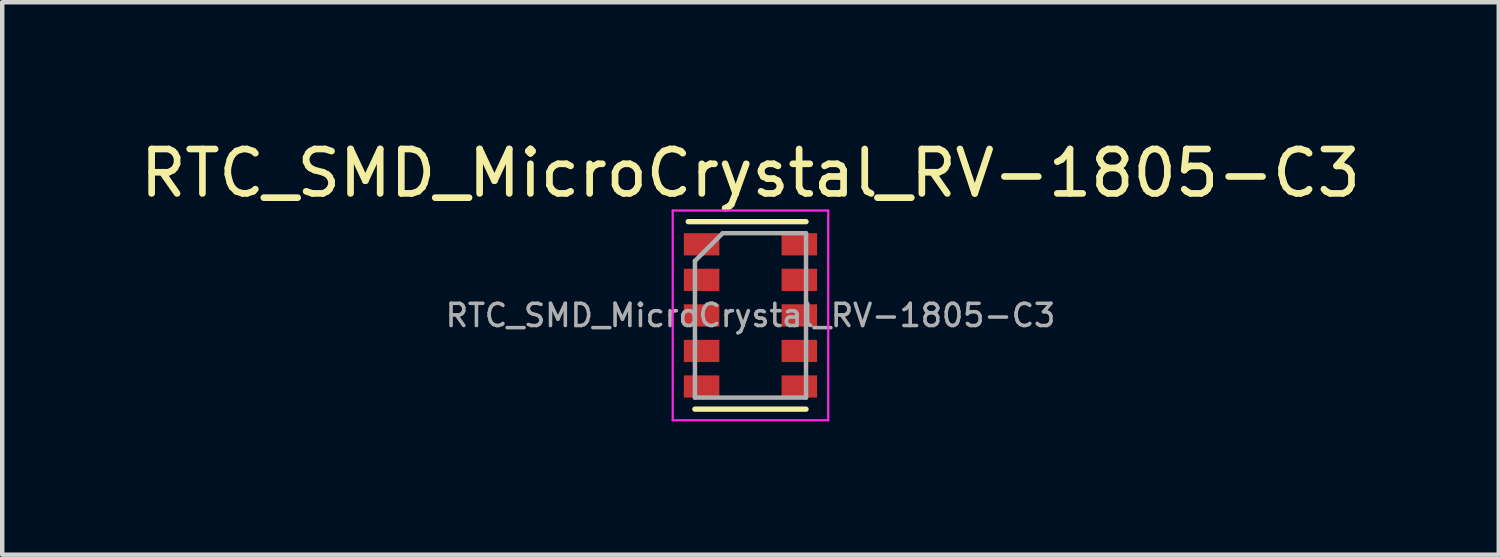
<source format=kicad_pcb>
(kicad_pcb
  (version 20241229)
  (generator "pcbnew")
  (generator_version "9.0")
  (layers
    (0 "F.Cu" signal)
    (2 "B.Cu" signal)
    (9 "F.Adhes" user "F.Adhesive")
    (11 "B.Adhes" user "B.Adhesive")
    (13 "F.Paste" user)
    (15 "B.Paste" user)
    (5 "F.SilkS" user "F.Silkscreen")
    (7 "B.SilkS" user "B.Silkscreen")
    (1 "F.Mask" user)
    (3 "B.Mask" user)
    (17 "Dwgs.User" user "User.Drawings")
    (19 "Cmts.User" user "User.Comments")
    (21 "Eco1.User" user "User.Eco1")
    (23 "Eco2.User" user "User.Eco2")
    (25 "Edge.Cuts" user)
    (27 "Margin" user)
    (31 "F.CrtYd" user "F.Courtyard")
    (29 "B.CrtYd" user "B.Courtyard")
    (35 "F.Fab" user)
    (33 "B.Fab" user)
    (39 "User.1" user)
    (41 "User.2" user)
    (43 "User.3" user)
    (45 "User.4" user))
  (footprint "RTC_SMD_MicroCrystal_RV-1805-C3"
    (layer "F.Cu")
    (at 13.839 4.048)
    (property "Reference" "RTC_SMD_MicroCrystal_RV-1805-C3" (at 0 -3.2 0) (layer "F.SilkS") (effects (font (size 1 1) (thickness 0.15))))
    (attr smd)
    (fp_line (start -1.4 -2.11) (end 1.25 -2.11) (stroke (width 0.12) (type solid)) (layer "F.SilkS"))
    (fp_line (start -1.25 2.11) (end 1.25 2.11) (stroke (width 0.12) (type solid)) (layer "F.SilkS"))
    (fp_line (start -1.75 -2.36) (end -1.75 2.36) (stroke (width 0.05) (type solid)) (layer "F.CrtYd"))
    (fp_line (start -1.75 -2.36) (end 1.75 -2.36) (stroke (width 0.05) (type solid)) (layer "F.CrtYd"))
    (fp_line (start -1.75 2.36) (end 1.75 2.36) (stroke (width 0.05) (type solid)) (layer "F.CrtYd"))
    (fp_line (start 1.75 -2.36) (end 1.75 2.36) (stroke (width 0.05) (type solid)) (layer "F.CrtYd"))
    (fp_line (start -1.25 -1.225) (end -1.25 1.85) (stroke (width 0.1) (type solid)) (layer "F.Fab"))
    (fp_line (start -1.25 1.85) (end 1.25 1.85) (stroke (width 0.1) (type solid)) (layer "F.Fab"))
    (fp_line (start -0.625 -1.85) (end -1.25 -1.225) (stroke (width 0.1) (type solid)) (layer "F.Fab"))
    (fp_line (start -0.625 -1.85) (end 1.25 -1.85) (stroke (width 0.1) (type solid)) (layer "F.Fab"))
    (fp_line (start 1.25 -1.85) (end 1.25 1.85) (stroke (width 0.1) (type solid)) (layer "F.Fab"))
    (fp_text user "${REFERENCE}" (at 0 0 0) (layer "F.Fab") (effects (font (size 0.5 0.5) (thickness 0.08))))
    (pad "1" smd rect (at -1.1 -1.6) (size 0.8 0.5) (layers "F.Cu" "F.Mask" "F.Paste"))
    (pad "2" smd rect (at -1.1 -0.8) (size 0.8 0.5) (layers "F.Cu" "F.Mask" "F.Paste"))
    (pad "3" smd rect (at -1.1 0) (size 0.8 0.5) (layers "F.Cu" "F.Mask" "F.Paste"))
    (pad "4" smd rect (at -1.1 0.8) (size 0.8 0.5) (layers "F.Cu" "F.Mask" "F.Paste"))
    (pad "5" smd rect (at -1.1 1.6) (size 0.8 0.5) (layers "F.Cu" "F.Mask" "F.Paste"))
    (pad "6" smd rect (at 1.1 1.6) (size 0.8 0.5) (layers "F.Cu" "F.Mask" "F.Paste"))
    (pad "7" smd rect (at 1.1 0.8) (size 0.8 0.5) (layers "F.Cu" "F.Mask" "F.Paste"))
    (pad "8" smd rect (at 1.1 0) (size 0.8 0.5) (layers "F.Cu" "F.Mask" "F.Paste"))
    (pad "9" smd rect (at 1.1 -0.8) (size 0.8 0.5) (layers "F.Cu" "F.Mask" "F.Paste"))
    (pad "10" smd rect (at 1.1 -1.6) (size 0.8 0.5) (layers "F.Cu" "F.Mask" "F.Paste")))
  (gr_rect
    (start -3 -3)
    (end 30.679 9.433)
    (stroke (width 0.1) (type default))
    (fill no)
    (layer "Edge.Cuts")))
</source>
